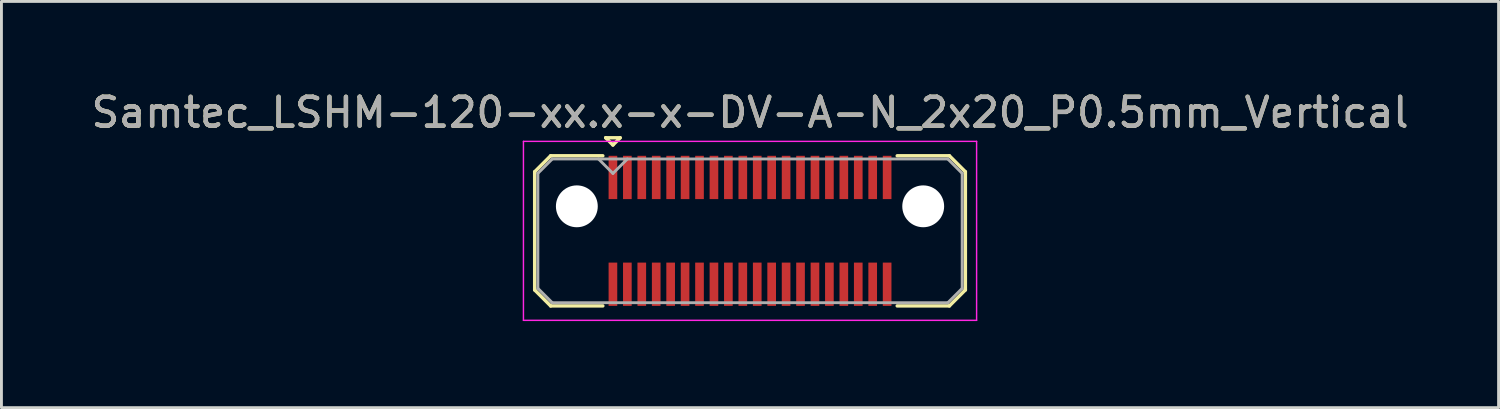
<source format=kicad_pcb>
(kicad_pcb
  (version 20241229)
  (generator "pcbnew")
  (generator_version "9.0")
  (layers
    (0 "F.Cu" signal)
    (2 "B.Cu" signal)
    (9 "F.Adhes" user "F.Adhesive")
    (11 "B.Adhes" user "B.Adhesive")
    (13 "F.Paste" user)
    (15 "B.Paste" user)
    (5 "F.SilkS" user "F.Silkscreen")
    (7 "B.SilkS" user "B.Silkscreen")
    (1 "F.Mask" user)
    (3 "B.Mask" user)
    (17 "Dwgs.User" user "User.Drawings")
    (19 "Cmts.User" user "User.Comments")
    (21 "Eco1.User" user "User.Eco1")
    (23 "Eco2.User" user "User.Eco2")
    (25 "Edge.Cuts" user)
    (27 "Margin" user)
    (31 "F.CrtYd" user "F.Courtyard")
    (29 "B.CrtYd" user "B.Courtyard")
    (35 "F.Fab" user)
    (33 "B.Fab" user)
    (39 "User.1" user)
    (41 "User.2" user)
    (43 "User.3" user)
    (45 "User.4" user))
  (footprint "Samtec_LSHM-120-xx.x-x-DV-A-N_2x20_P0.5mm_Vertical"
    (layer "F.Cu")
    (at 22.935 4.948)
    (property "Reference" "Samtec_LSHM-120-xx.x-x-DV-A-N_2x20_P0.5mm_Vertical" (at 0 -4.1 0) (layer "F.SilkS") (effects (font (size 1 1) (thickness 0.15))))
    (attr smd)
    (fp_line (start -7.46 -2.047) (end -7.46 2.047) (stroke (width 0.12) (type solid)) (layer "F.SilkS"))
    (fp_line (start -7.46 2.047) (end -6.907 2.6) (stroke (width 0.12) (type solid)) (layer "F.SilkS"))
    (fp_line (start -6.907 -2.6) (end -7.46 -2.047) (stroke (width 0.12) (type solid)) (layer "F.SilkS"))
    (fp_line (start -6.907 2.6) (end -5.1 2.6) (stroke (width 0.12) (type solid)) (layer "F.SilkS"))
    (fp_line (start -5.1 -2.6) (end -6.907 -2.6) (stroke (width 0.12) (type solid)) (layer "F.SilkS"))
    (fp_line (start -5 -3.225) (end -4.5 -3.225) (stroke (width 0.12) (type solid)) (layer "F.SilkS"))
    (fp_line (start -4.75 -2.975) (end -5 -3.225) (stroke (width 0.12) (type solid)) (layer "F.SilkS"))
    (fp_line (start -4.5 -3.225) (end -4.75 -2.975) (stroke (width 0.12) (type solid)) (layer "F.SilkS"))
    (fp_line (start 5.1 -2.6) (end 6.907 -2.6) (stroke (width 0.12) (type solid)) (layer "F.SilkS"))
    (fp_line (start 6.907 -2.6) (end 7.46 -2.047) (stroke (width 0.12) (type solid)) (layer "F.SilkS"))
    (fp_line (start 6.907 2.6) (end 5.1 2.6) (stroke (width 0.12) (type solid)) (layer "F.SilkS"))
    (fp_line (start 7.46 -2.047) (end 7.46 2.047) (stroke (width 0.12) (type solid)) (layer "F.SilkS"))
    (fp_line (start 7.46 2.047) (end 6.907 2.6) (stroke (width 0.12) (type solid)) (layer "F.SilkS"))
    (fp_line (start -7.85 -3.1) (end -7.85 3.1) (stroke (width 0.05) (type solid)) (layer "F.CrtYd"))
    (fp_line (start -7.85 3.1) (end 7.85 3.1) (stroke (width 0.05) (type solid)) (layer "F.CrtYd"))
    (fp_line (start 7.85 -3.1) (end -7.85 -3.1) (stroke (width 0.05) (type solid)) (layer "F.CrtYd"))
    (fp_line (start 7.85 3.1) (end 7.85 -3.1) (stroke (width 0.05) (type solid)) (layer "F.CrtYd"))
    (fp_line (start -7.35 -1.992) (end -7.35 1.992) (stroke (width 0.1) (type solid)) (layer "F.Fab"))
    (fp_line (start -7.35 1.992) (end -6.852 2.49) (stroke (width 0.1) (type solid)) (layer "F.Fab"))
    (fp_line (start -6.852 -2.49) (end -7.35 -1.992) (stroke (width 0.1) (type solid)) (layer "F.Fab"))
    (fp_line (start -6.852 2.49) (end 6.852 2.49) (stroke (width 0.1) (type solid)) (layer "F.Fab"))
    (fp_line (start -4.75 -1.99) (end -5.25 -2.49) (stroke (width 0.1) (type solid)) (layer "F.Fab"))
    (fp_line (start -4.25 -2.49) (end -4.75 -1.99) (stroke (width 0.1) (type solid)) (layer "F.Fab"))
    (fp_line (start 6.852 -2.49) (end -6.852 -2.49) (stroke (width 0.1) (type solid)) (layer "F.Fab"))
    (fp_line (start 6.852 2.49) (end 7.35 1.992) (stroke (width 0.1) (type solid)) (layer "F.Fab"))
    (fp_line (start 7.35 -1.992) (end 6.852 -2.49) (stroke (width 0.1) (type solid)) (layer "F.Fab"))
    (fp_line (start 7.35 1.992) (end 7.35 -1.992) (stroke (width 0.1) (type solid)) (layer "F.Fab"))
    (fp_text user "${REFERENCE}" (at 0 -4.1 0) (layer "F.Fab") (effects (font (size 1 1) (thickness 0.15))))
    (pad "" np_thru_hole circle (at -6 -0.85) (size 1.45 1.45) (drill 1.45) (layers "*.Cu" "*.Mask"))
    (pad "" np_thru_hole circle (at 6 -0.85) (size 1.45 1.45) (drill 1.45) (layers "*.Cu" "*.Mask"))
    (pad "1" smd rect (at -4.75 -1.85) (size 0.3 1.5) (layers "F.Cu" "F.Mask" "F.Paste"))
    (pad "2" smd rect (at -4.75 1.85) (size 0.3 1.5) (layers "F.Cu" "F.Mask" "F.Paste"))
    (pad "3" smd rect (at -4.25 -1.85) (size 0.3 1.5) (layers "F.Cu" "F.Mask" "F.Paste"))
    (pad "4" smd rect (at -4.25 1.85) (size 0.3 1.5) (layers "F.Cu" "F.Mask" "F.Paste"))
    (pad "5" smd rect (at -3.75 -1.85) (size 0.3 1.5) (layers "F.Cu" "F.Mask" "F.Paste"))
    (pad "6" smd rect (at -3.75 1.85) (size 0.3 1.5) (layers "F.Cu" "F.Mask" "F.Paste"))
    (pad "7" smd rect (at -3.25 -1.85) (size 0.3 1.5) (layers "F.Cu" "F.Mask" "F.Paste"))
    (pad "8" smd rect (at -3.25 1.85) (size 0.3 1.5) (layers "F.Cu" "F.Mask" "F.Paste"))
    (pad "9" smd rect (at -2.75 -1.85) (size 0.3 1.5) (layers "F.Cu" "F.Mask" "F.Paste"))
    (pad "10" smd rect (at -2.75 1.85) (size 0.3 1.5) (layers "F.Cu" "F.Mask" "F.Paste"))
    (pad "11" smd rect (at -2.25 -1.85) (size 0.3 1.5) (layers "F.Cu" "F.Mask" "F.Paste"))
    (pad "12" smd rect (at -2.25 1.85) (size 0.3 1.5) (layers "F.Cu" "F.Mask" "F.Paste"))
    (pad "13" smd rect (at -1.75 -1.85) (size 0.3 1.5) (layers "F.Cu" "F.Mask" "F.Paste"))
    (pad "14" smd rect (at -1.75 1.85) (size 0.3 1.5) (layers "F.Cu" "F.Mask" "F.Paste"))
    (pad "15" smd rect (at -1.25 -1.85) (size 0.3 1.5) (layers "F.Cu" "F.Mask" "F.Paste"))
    (pad "16" smd rect (at -1.25 1.85) (size 0.3 1.5) (layers "F.Cu" "F.Mask" "F.Paste"))
    (pad "17" smd rect (at -0.75 -1.85) (size 0.3 1.5) (layers "F.Cu" "F.Mask" "F.Paste"))
    (pad "18" smd rect (at -0.75 1.85) (size 0.3 1.5) (layers "F.Cu" "F.Mask" "F.Paste"))
    (pad "19" smd rect (at -0.25 -1.85) (size 0.3 1.5) (layers "F.Cu" "F.Mask" "F.Paste"))
    (pad "20" smd rect (at -0.25 1.85) (size 0.3 1.5) (layers "F.Cu" "F.Mask" "F.Paste"))
    (pad "21" smd rect (at 0.25 -1.85) (size 0.3 1.5) (layers "F.Cu" "F.Mask" "F.Paste"))
    (pad "22" smd rect (at 0.25 1.85) (size 0.3 1.5) (layers "F.Cu" "F.Mask" "F.Paste"))
    (pad "23" smd rect (at 0.75 -1.85) (size 0.3 1.5) (layers "F.Cu" "F.Mask" "F.Paste"))
    (pad "24" smd rect (at 0.75 1.85) (size 0.3 1.5) (layers "F.Cu" "F.Mask" "F.Paste"))
    (pad "25" smd rect (at 1.25 -1.85) (size 0.3 1.5) (layers "F.Cu" "F.Mask" "F.Paste"))
    (pad "26" smd rect (at 1.25 1.85) (size 0.3 1.5) (layers "F.Cu" "F.Mask" "F.Paste"))
    (pad "27" smd rect (at 1.75 -1.85) (size 0.3 1.5) (layers "F.Cu" "F.Mask" "F.Paste"))
    (pad "28" smd rect (at 1.75 1.85) (size 0.3 1.5) (layers "F.Cu" "F.Mask" "F.Paste"))
    (pad "29" smd rect (at 2.25 -1.85) (size 0.3 1.5) (layers "F.Cu" "F.Mask" "F.Paste"))
    (pad "30" smd rect (at 2.25 1.85) (size 0.3 1.5) (layers "F.Cu" "F.Mask" "F.Paste"))
    (pad "31" smd rect (at 2.75 -1.85) (size 0.3 1.5) (layers "F.Cu" "F.Mask" "F.Paste"))
    (pad "32" smd rect (at 2.75 1.85) (size 0.3 1.5) (layers "F.Cu" "F.Mask" "F.Paste"))
    (pad "33" smd rect (at 3.25 -1.85) (size 0.3 1.5) (layers "F.Cu" "F.Mask" "F.Paste"))
    (pad "34" smd rect (at 3.25 1.85) (size 0.3 1.5) (layers "F.Cu" "F.Mask" "F.Paste"))
    (pad "35" smd rect (at 3.75 -1.85) (size 0.3 1.5) (layers "F.Cu" "F.Mask" "F.Paste"))
    (pad "36" smd rect (at 3.75 1.85) (size 0.3 1.5) (layers "F.Cu" "F.Mask" "F.Paste"))
    (pad "37" smd rect (at 4.25 -1.85) (size 0.3 1.5) (layers "F.Cu" "F.Mask" "F.Paste"))
    (pad "38" smd rect (at 4.25 1.85) (size 0.3 1.5) (layers "F.Cu" "F.Mask" "F.Paste"))
    (pad "39" smd rect (at 4.75 -1.85) (size 0.3 1.5) (layers "F.Cu" "F.Mask" "F.Paste"))
    (pad "40" smd rect (at 4.75 1.85) (size 0.3 1.5) (layers "F.Cu" "F.Mask" "F.Paste")))
  (gr_rect
    (start -3 -3)
    (end 48.869 11.073)
    (stroke (width 0.1) (type default))
    (fill no)
    (layer "Edge.Cuts")))
</source>
